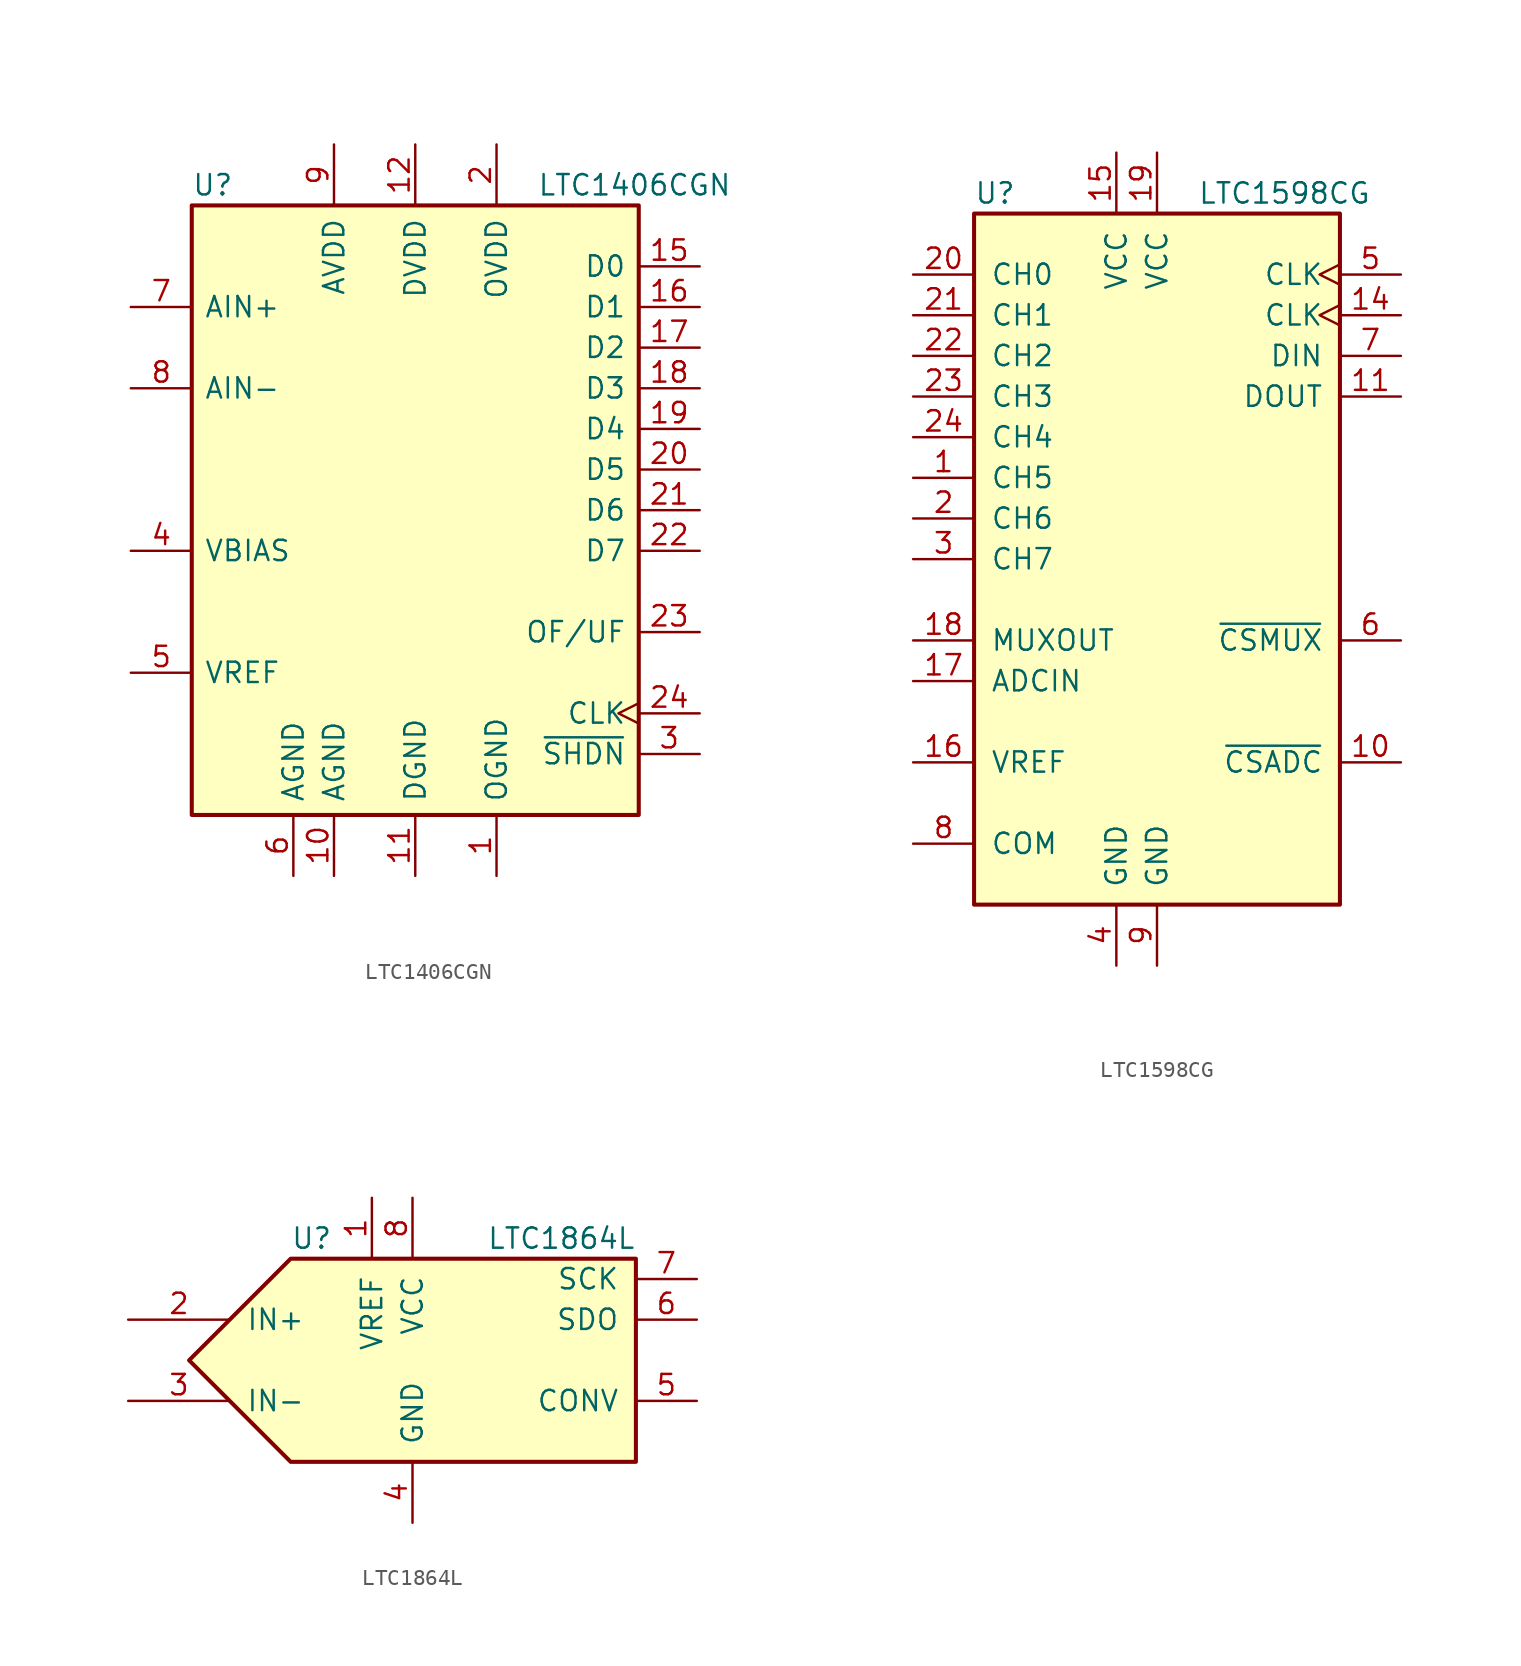
<source format=kicad_sym>
(kicad_symbol_lib
  (version 20200908)
  (generator kicad_symbol_editor)
  (symbol "Analog_ADC:LTC1406CGN"
    (pin_names
      (offset 0.762))
    (property "Reference" "U"
      (at -13.97 20.32 0)
      (effects (font (size 1.27 1.27)) (justify left)))
    (property "Value" "LTC1406CGN"
      (at 7.62 20.32 0)
      (effects (font (size 1.27 1.27)) (justify left)))
    (symbol "LTC1406CGN_0_1"
      (rectangle (start -13.97 -19.05) (end 13.97 19.05) (stroke (width 0.254)) (fill (type background))))
    (symbol "LTC1406CGN_1_1"
      (pin power_in line (at 5.08 -22.86 90) (length 3.81) (name "OGND" (effects (font (size 1.27 1.27)))) (number "1" (effects (font (size 1.27 1.27)))))
      (pin power_in line (at -5.08 -22.86 90) (length 3.81) (name "AGND" (effects (font (size 1.27 1.27)))) (number "10" (effects (font (size 1.27 1.27)))))
      (pin power_in line (at 0 -22.86 90) (length 3.81) (name "DGND" (effects (font (size 1.27 1.27)))) (number "11" (effects (font (size 1.27 1.27)))))
      (pin power_in line (at 0 22.86 270) (length 3.81) (name "DVDD" (effects (font (size 1.27 1.27)))) (number "12" (effects (font (size 1.27 1.27)))))
      (pin unconnected line (at 7.62 -22.86 90) (length 3.81) hide (name "NC" (effects (font (size 1.27 1.27)))) (number "13" (effects (font (size 1.27 1.27)))))
      (pin unconnected line (at 10.16 -22.86 90) (length 3.81) hide (name "NC" (effects (font (size 1.27 1.27)))) (number "14" (effects (font (size 1.27 1.27)))))
      (pin output line (at 17.78 15.24 180) (length 3.81) (name "D0" (effects (font (size 1.27 1.27)))) (number "15" (effects (font (size 1.27 1.27)))))
      (pin output line (at 17.78 12.7 180) (length 3.81) (name "D1" (effects (font (size 1.27 1.27)))) (number "16" (effects (font (size 1.27 1.27)))))
      (pin output line (at 17.78 10.16 180) (length 3.81) (name "D2" (effects (font (size 1.27 1.27)))) (number "17" (effects (font (size 1.27 1.27)))))
      (pin output line (at 17.78 7.62 180) (length 3.81) (name "D3" (effects (font (size 1.27 1.27)))) (number "18" (effects (font (size 1.27 1.27)))))
      (pin output line (at 17.78 5.08 180) (length 3.81) (name "D4" (effects (font (size 1.27 1.27)))) (number "19" (effects (font (size 1.27 1.27)))))
      (pin power_in line (at 5.08 22.86 270) (length 3.81) (name "OVDD" (effects (font (size 1.27 1.27)))) (number "2" (effects (font (size 1.27 1.27)))))
      (pin output line (at 17.78 2.54 180) (length 3.81) (name "D5" (effects (font (size 1.27 1.27)))) (number "20" (effects (font (size 1.27 1.27)))))
      (pin output line (at 17.78 0 180) (length 3.81) (name "D6" (effects (font (size 1.27 1.27)))) (number "21" (effects (font (size 1.27 1.27)))))
      (pin output line (at 17.78 -2.54 180) (length 3.81) (name "D7" (effects (font (size 1.27 1.27)))) (number "22" (effects (font (size 1.27 1.27)))))
      (pin output line (at 17.78 -7.62 180) (length 3.81) (name "OF/UF" (effects (font (size 1.27 1.27)))) (number "23" (effects (font (size 1.27 1.27)))))
      (pin input clock (at 17.78 -12.7 180) (length 3.81) (name "CLK" (effects (font (size 1.27 1.27)))) (number "24" (effects (font (size 1.27 1.27)))))
      (pin input line (at 17.78 -15.24 180) (length 3.81) (name "~SHDN~" (effects (font (size 1.27 1.27)))) (number "3" (effects (font (size 1.27 1.27)))))
      (pin input line (at -17.78 -2.54 0) (length 3.81) (name "VBIAS" (effects (font (size 1.27 1.27)))) (number "4" (effects (font (size 1.27 1.27)))))
      (pin input line (at -17.78 -10.16 0) (length 3.81) (name "VREF" (effects (font (size 1.27 1.27)))) (number "5" (effects (font (size 1.27 1.27)))))
      (pin power_in line (at -7.62 -22.86 90) (length 3.81) (name "AGND" (effects (font (size 1.27 1.27)))) (number "6" (effects (font (size 1.27 1.27)))))
      (pin input line (at -17.78 12.7 0) (length 3.81) (name "AIN+" (effects (font (size 1.27 1.27)))) (number "7" (effects (font (size 1.27 1.27)))))
      (pin input line (at -17.78 7.62 0) (length 3.81) (name "AIN-" (effects (font (size 1.27 1.27)))) (number "8" (effects (font (size 1.27 1.27)))))
      (pin power_in line (at -5.08 22.86 270) (length 3.81) (name "AVDD" (effects (font (size 1.27 1.27)))) (number "9" (effects (font (size 1.27 1.27)))))))
  (symbol "Analog_ADC:LTC1598CG"
    (pin_names
      (offset 1.016))
    (property "Reference" "U"
      (at -11.43 22.86 0)
      (effects (font (size 1.27 1.27)) (justify left)))
    (property "Value" "LTC1598CG"
      (at 2.54 22.86 0)
      (effects (font (size 1.27 1.27)) (justify left)))
    (symbol "LTC1598CG_0_1"
      (rectangle (start -11.43 21.59) (end 11.43 -21.59) (stroke (width 0.254)) (fill (type background))))
    (symbol "LTC1598CG_1_1"
      (pin input line (at -15.24 5.08 0) (length 3.81) (name "CH5" (effects (font (size 1.27 1.27)))) (number "1" (effects (font (size 1.27 1.27)))))
      (pin input line (at 15.24 -12.7 180) (length 3.81) (name "~CSADC~" (effects (font (size 1.27 1.27)))) (number "10" (effects (font (size 1.27 1.27)))))
      (pin output line (at 15.24 10.16 180) (length 3.81) (name "DOUT" (effects (font (size 1.27 1.27)))) (number "11" (effects (font (size 1.27 1.27)))))
      (pin unconnected line (at 2.54 -25.4 90) (length 3.81) hide (name "NC" (effects (font (size 1.27 1.27)))) (number "12" (effects (font (size 1.27 1.27)))))
      (pin unconnected line (at 5.08 -25.4 90) (length 3.81) hide (name "NC" (effects (font (size 1.27 1.27)))) (number "13" (effects (font (size 1.27 1.27)))))
      (pin input clock (at 15.24 15.24 180) (length 3.81) (name "CLK" (effects (font (size 1.27 1.27)))) (number "14" (effects (font (size 1.27 1.27)))))
      (pin power_in line (at -2.54 25.4 270) (length 3.81) (name "VCC" (effects (font (size 1.27 1.27)))) (number "15" (effects (font (size 1.27 1.27)))))
      (pin input line (at -15.24 -12.7 0) (length 3.81) (name "VREF" (effects (font (size 1.27 1.27)))) (number "16" (effects (font (size 1.27 1.27)))))
      (pin input line (at -15.24 -7.62 0) (length 3.81) (name "ADCIN" (effects (font (size 1.27 1.27)))) (number "17" (effects (font (size 1.27 1.27)))))
      (pin output line (at -15.24 -5.08 0) (length 3.81) (name "MUXOUT" (effects (font (size 1.27 1.27)))) (number "18" (effects (font (size 1.27 1.27)))))
      (pin power_in line (at 0 25.4 270) (length 3.81) (name "VCC" (effects (font (size 1.27 1.27)))) (number "19" (effects (font (size 1.27 1.27)))))
      (pin input line (at -15.24 2.54 0) (length 3.81) (name "CH6" (effects (font (size 1.27 1.27)))) (number "2" (effects (font (size 1.27 1.27)))))
      (pin input line (at -15.24 17.78 0) (length 3.81) (name "CH0" (effects (font (size 1.27 1.27)))) (number "20" (effects (font (size 1.27 1.27)))))
      (pin input line (at -15.24 15.24 0) (length 3.81) (name "CH1" (effects (font (size 1.27 1.27)))) (number "21" (effects (font (size 1.27 1.27)))))
      (pin input line (at -15.24 12.7 0) (length 3.81) (name "CH2" (effects (font (size 1.27 1.27)))) (number "22" (effects (font (size 1.27 1.27)))))
      (pin input line (at -15.24 10.16 0) (length 3.81) (name "CH3" (effects (font (size 1.27 1.27)))) (number "23" (effects (font (size 1.27 1.27)))))
      (pin input line (at -15.24 7.62 0) (length 3.81) (name "CH4" (effects (font (size 1.27 1.27)))) (number "24" (effects (font (size 1.27 1.27)))))
      (pin input line (at -15.24 0 0) (length 3.81) (name "CH7" (effects (font (size 1.27 1.27)))) (number "3" (effects (font (size 1.27 1.27)))))
      (pin power_in line (at -2.54 -25.4 90) (length 3.81) (name "GND" (effects (font (size 1.27 1.27)))) (number "4" (effects (font (size 1.27 1.27)))))
      (pin input clock (at 15.24 17.78 180) (length 3.81) (name "CLK" (effects (font (size 1.27 1.27)))) (number "5" (effects (font (size 1.27 1.27)))))
      (pin input line (at 15.24 -5.08 180) (length 3.81) (name "~CSMUX~" (effects (font (size 1.27 1.27)))) (number "6" (effects (font (size 1.27 1.27)))))
      (pin input line (at 15.24 12.7 180) (length 3.81) (name "DIN" (effects (font (size 1.27 1.27)))) (number "7" (effects (font (size 1.27 1.27)))))
      (pin input line (at -15.24 -17.78 0) (length 3.81) (name "COM" (effects (font (size 1.27 1.27)))) (number "8" (effects (font (size 1.27 1.27)))))
      (pin power_in line (at 0 -25.4 90) (length 3.81) (name "GND" (effects (font (size 1.27 1.27)))) (number "9" (effects (font (size 1.27 1.27)))))))
  (symbol "Analog_ADC:LTC1864L"
    (pin_names
      (offset 1.016))
    (property "Reference" "U"
      (at -10.16 7.62 0)
      (effects (font (size 1.27 1.27)) (justify left)))
    (property "Value" "LTC1864L"
      (at 11.43 7.62 0)
      (effects (font (size 1.27 1.27)) (justify right)))
    (symbol "LTC1864L_0_1"
      (polyline (pts (xy 11.43 6.35) (xy -10.16 6.35) (xy -16.51 0) (xy -10.16 -6.35) (xy 11.43 -6.35) (xy 11.43 6.35)) (stroke (width 0.254)) (fill (type background))))
    (symbol "LTC1864L_1_1"
      (pin input line (at -5.08 10.16 270) (length 3.81) (name "VREF" (effects (font (size 1.27 1.27)))) (number "1" (effects (font (size 1.27 1.27)))))
      (pin input line (at -20.32 2.54 0) (length 6.35) (name "IN+" (effects (font (size 1.27 1.27)))) (number "2" (effects (font (size 1.27 1.27)))))
      (pin input line (at -20.32 -2.54 0) (length 6.35) (name "IN-" (effects (font (size 1.27 1.27)))) (number "3" (effects (font (size 1.27 1.27)))))
      (pin power_in line (at -2.54 -10.16 90) (length 3.81) (name "GND" (effects (font (size 1.27 1.27)))) (number "4" (effects (font (size 1.27 1.27)))))
      (pin input line (at 15.24 -2.54 180) (length 3.81) (name "CONV" (effects (font (size 1.27 1.27)))) (number "5" (effects (font (size 1.27 1.27)))))
      (pin output line (at 15.24 2.54 180) (length 3.81) (name "SDO" (effects (font (size 1.27 1.27)))) (number "6" (effects (font (size 1.27 1.27)))))
      (pin input line (at 15.24 5.08 180) (length 3.81) (name "SCK" (effects (font (size 1.27 1.27)))) (number "7" (effects (font (size 1.27 1.27)))))
      (pin power_in line (at -2.54 10.16 270) (length 3.81) (name "VCC" (effects (font (size 1.27 1.27)))) (number "8" (effects (font (size 1.27 1.27))))))))
</source>
